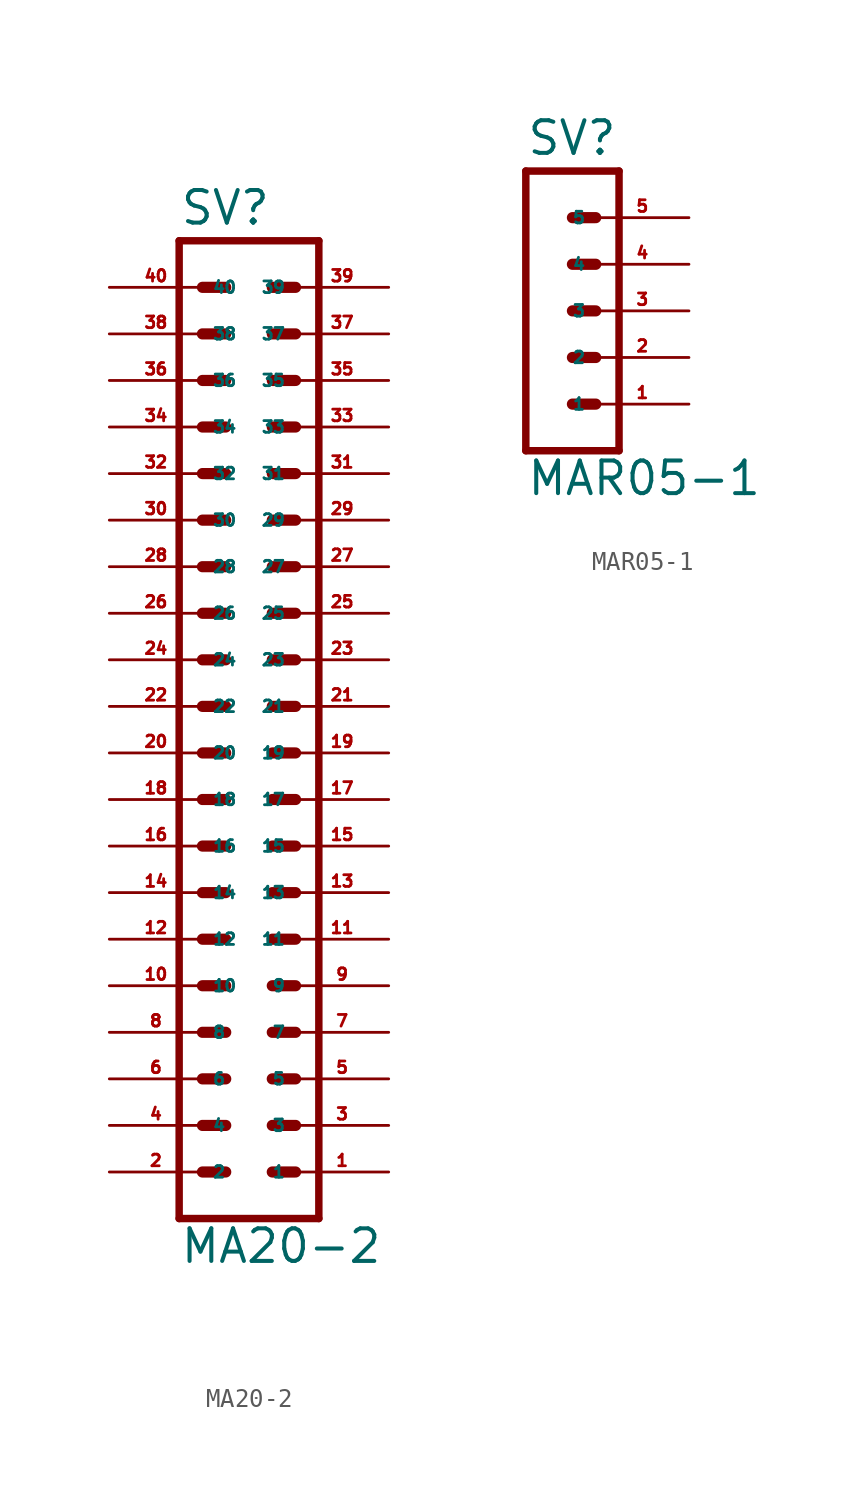
<source format=kicad_sym>
(kicad_symbol_lib
  (version 20220914)
  (generator Eagle2Kicad)
  (symbol "MA20-2"
    (property "Reference" "SV"
      (at -3.81 26.162 0)
      (effects (font (size 1.778 1.778) (thickness 0.22)) (justify left bottom)))
    (property "Value" "MA20-2"
      (at -3.81 -30.48 0)
      (effects (font (size 1.778 1.778) (thickness 0.22)) (justify left bottom)))
    (polyline
      (pts (xy 3.81 -27.94) (xy -3.81 -27.94))
      (stroke (width 0.406) (type default))
      (fill (type none)))
    (polyline
      (pts (xy 1.27 -20.32) (xy 2.54 -20.32))
      (stroke (width 0.61) (type default))
      (fill (type none)))
    (polyline
      (pts (xy 1.27 -22.86) (xy 2.54 -22.86))
      (stroke (width 0.61) (type default))
      (fill (type none)))
    (polyline
      (pts (xy 1.27 -25.4) (xy 2.54 -25.4))
      (stroke (width 0.61) (type default))
      (fill (type none)))
    (polyline
      (pts (xy -2.54 -20.32) (xy -1.27 -20.32))
      (stroke (width 0.61) (type default))
      (fill (type none)))
    (polyline
      (pts (xy -2.54 -22.86) (xy -1.27 -22.86))
      (stroke (width 0.61) (type default))
      (fill (type none)))
    (polyline
      (pts (xy -2.54 -25.4) (xy -1.27 -25.4))
      (stroke (width 0.61) (type default))
      (fill (type none)))
    (polyline
      (pts (xy 1.27 -15.24) (xy 2.54 -15.24))
      (stroke (width 0.61) (type default))
      (fill (type none)))
    (polyline
      (pts (xy 1.27 -17.78) (xy 2.54 -17.78))
      (stroke (width 0.61) (type default))
      (fill (type none)))
    (polyline
      (pts (xy -2.54 -15.24) (xy -1.27 -15.24))
      (stroke (width 0.61) (type default))
      (fill (type none)))
    (polyline
      (pts (xy -2.54 -17.78) (xy -1.27 -17.78))
      (stroke (width 0.61) (type default))
      (fill (type none)))
    (polyline
      (pts (xy 1.27 -7.62) (xy 2.54 -7.62))
      (stroke (width 0.61) (type default))
      (fill (type none)))
    (polyline
      (pts (xy 1.27 -10.16) (xy 2.54 -10.16))
      (stroke (width 0.61) (type default))
      (fill (type none)))
    (polyline
      (pts (xy 1.27 -12.7) (xy 2.54 -12.7))
      (stroke (width 0.61) (type default))
      (fill (type none)))
    (polyline
      (pts (xy -2.54 -7.62) (xy -1.27 -7.62))
      (stroke (width 0.61) (type default))
      (fill (type none)))
    (polyline
      (pts (xy -2.54 -10.16) (xy -1.27 -10.16))
      (stroke (width 0.61) (type default))
      (fill (type none)))
    (polyline
      (pts (xy -2.54 -12.7) (xy -1.27 -12.7))
      (stroke (width 0.61) (type default))
      (fill (type none)))
    (polyline
      (pts (xy 1.27 -2.54) (xy 2.54 -2.54))
      (stroke (width 0.61) (type default))
      (fill (type none)))
    (polyline
      (pts (xy 1.27 -5.08) (xy 2.54 -5.08))
      (stroke (width 0.61) (type default))
      (fill (type none)))
    (polyline
      (pts (xy -2.54 -2.54) (xy -1.27 -2.54))
      (stroke (width 0.61) (type default))
      (fill (type none)))
    (polyline
      (pts (xy -2.54 -5.08) (xy -1.27 -5.08))
      (stroke (width 0.61) (type default))
      (fill (type none)))
    (polyline
      (pts (xy 1.27 5.08) (xy 2.54 5.08))
      (stroke (width 0.61) (type default))
      (fill (type none)))
    (polyline
      (pts (xy 1.27 2.54) (xy 2.54 2.54))
      (stroke (width 0.61) (type default))
      (fill (type none)))
    (polyline
      (pts (xy 1.27 0) (xy 2.54 0))
      (stroke (width 0.61) (type default))
      (fill (type none)))
    (polyline
      (pts (xy -2.54 5.08) (xy -1.27 5.08))
      (stroke (width 0.61) (type default))
      (fill (type none)))
    (polyline
      (pts (xy -2.54 2.54) (xy -1.27 2.54))
      (stroke (width 0.61) (type default))
      (fill (type none)))
    (polyline
      (pts (xy -2.54 0) (xy -1.27 0))
      (stroke (width 0.61) (type default))
      (fill (type none)))
    (polyline
      (pts (xy 1.27 10.16) (xy 2.54 10.16))
      (stroke (width 0.61) (type default))
      (fill (type none)))
    (polyline
      (pts (xy 1.27 7.62) (xy 2.54 7.62))
      (stroke (width 0.61) (type default))
      (fill (type none)))
    (polyline
      (pts (xy -2.54 10.16) (xy -1.27 10.16))
      (stroke (width 0.61) (type default))
      (fill (type none)))
    (polyline
      (pts (xy -2.54 7.62) (xy -1.27 7.62))
      (stroke (width 0.61) (type default))
      (fill (type none)))
    (polyline
      (pts (xy 1.27 15.24) (xy 2.54 15.24))
      (stroke (width 0.61) (type default))
      (fill (type none)))
    (polyline
      (pts (xy 1.27 12.7) (xy 2.54 12.7))
      (stroke (width 0.61) (type default))
      (fill (type none)))
    (polyline
      (pts (xy -2.54 15.24) (xy -1.27 15.24))
      (stroke (width 0.61) (type default))
      (fill (type none)))
    (polyline
      (pts (xy -2.54 12.7) (xy -1.27 12.7))
      (stroke (width 0.61) (type default))
      (fill (type none)))
    (polyline
      (pts (xy -3.81 25.4) (xy -3.81 -27.94))
      (stroke (width 0.406) (type default))
      (fill (type none)))
    (polyline
      (pts (xy 3.81 -27.94) (xy 3.81 25.4))
      (stroke (width 0.406) (type default))
      (fill (type none)))
    (polyline
      (pts (xy -3.81 25.4) (xy 3.81 25.4))
      (stroke (width 0.406) (type default))
      (fill (type none)))
    (polyline
      (pts (xy -2.54 17.78) (xy -1.27 17.78))
      (stroke (width 0.61) (type default))
      (fill (type none)))
    (polyline
      (pts (xy -2.54 20.32) (xy -1.27 20.32))
      (stroke (width 0.61) (type default))
      (fill (type none)))
    (polyline
      (pts (xy -2.54 22.86) (xy -1.27 22.86))
      (stroke (width 0.61) (type default))
      (fill (type none)))
    (polyline
      (pts (xy 1.27 17.78) (xy 2.54 17.78))
      (stroke (width 0.61) (type default))
      (fill (type none)))
    (polyline
      (pts (xy 1.27 20.32) (xy 2.54 20.32))
      (stroke (width 0.61) (type default))
      (fill (type none)))
    (polyline
      (pts (xy 1.27 22.86) (xy 2.54 22.86))
      (stroke (width 0.61) (type default))
      (fill (type none)))
    (pin passive line
      (at 7.62 -25.4 180)
      (length 5.08)
      (name "1" (effects (font (size 0.635 0.635) (thickness 0.08)) (justify left bottom)))
      (number "1" (effects (font (size 0.635 0.635) (thickness 0.08)) (justify left bottom))))
    (pin passive line
      (at 7.62 -22.86 180)
      (length 5.08)
      (name "3" (effects (font (size 0.635 0.635) (thickness 0.08)) (justify left bottom)))
      (number "3" (effects (font (size 0.635 0.635) (thickness 0.08)) (justify left bottom))))
    (pin passive line
      (at 7.62 -20.32 180)
      (length 5.08)
      (name "5" (effects (font (size 0.635 0.635) (thickness 0.08)) (justify left bottom)))
      (number "5" (effects (font (size 0.635 0.635) (thickness 0.08)) (justify left bottom))))
    (pin passive line
      (at -7.62 -25.4 0)
      (length 5.08)
      (name "2" (effects (font (size 0.635 0.635) (thickness 0.08)) (justify left bottom)))
      (number "2" (effects (font (size 0.635 0.635) (thickness 0.08)) (justify left bottom))))
    (pin passive line
      (at -7.62 -22.86 0)
      (length 5.08)
      (name "4" (effects (font (size 0.635 0.635) (thickness 0.08)) (justify left bottom)))
      (number "4" (effects (font (size 0.635 0.635) (thickness 0.08)) (justify left bottom))))
    (pin passive line
      (at -7.62 -20.32 0)
      (length 5.08)
      (name "6" (effects (font (size 0.635 0.635) (thickness 0.08)) (justify left bottom)))
      (number "6" (effects (font (size 0.635 0.635) (thickness 0.08)) (justify left bottom))))
    (pin passive line
      (at 7.62 -17.78 180)
      (length 5.08)
      (name "7" (effects (font (size 0.635 0.635) (thickness 0.08)) (justify left bottom)))
      (number "7" (effects (font (size 0.635 0.635) (thickness 0.08)) (justify left bottom))))
    (pin passive line
      (at 7.62 -15.24 180)
      (length 5.08)
      (name "9" (effects (font (size 0.635 0.635) (thickness 0.08)) (justify left bottom)))
      (number "9" (effects (font (size 0.635 0.635) (thickness 0.08)) (justify left bottom))))
    (pin passive line
      (at -7.62 -17.78 0)
      (length 5.08)
      (name "8" (effects (font (size 0.635 0.635) (thickness 0.08)) (justify left bottom)))
      (number "8" (effects (font (size 0.635 0.635) (thickness 0.08)) (justify left bottom))))
    (pin passive line
      (at -7.62 -15.24 0)
      (length 5.08)
      (name "10" (effects (font (size 0.635 0.635) (thickness 0.08)) (justify left bottom)))
      (number "10" (effects (font (size 0.635 0.635) (thickness 0.08)) (justify left bottom))))
    (pin passive line
      (at 7.62 -12.7 180)
      (length 5.08)
      (name "11" (effects (font (size 0.635 0.635) (thickness 0.08)) (justify left bottom)))
      (number "11" (effects (font (size 0.635 0.635) (thickness 0.08)) (justify left bottom))))
    (pin passive line
      (at 7.62 -10.16 180)
      (length 5.08)
      (name "13" (effects (font (size 0.635 0.635) (thickness 0.08)) (justify left bottom)))
      (number "13" (effects (font (size 0.635 0.635) (thickness 0.08)) (justify left bottom))))
    (pin passive line
      (at 7.62 -7.62 180)
      (length 5.08)
      (name "15" (effects (font (size 0.635 0.635) (thickness 0.08)) (justify left bottom)))
      (number "15" (effects (font (size 0.635 0.635) (thickness 0.08)) (justify left bottom))))
    (pin passive line
      (at -7.62 -12.7 0)
      (length 5.08)
      (name "12" (effects (font (size 0.635 0.635) (thickness 0.08)) (justify left bottom)))
      (number "12" (effects (font (size 0.635 0.635) (thickness 0.08)) (justify left bottom))))
    (pin passive line
      (at -7.62 -10.16 0)
      (length 5.08)
      (name "14" (effects (font (size 0.635 0.635) (thickness 0.08)) (justify left bottom)))
      (number "14" (effects (font (size 0.635 0.635) (thickness 0.08)) (justify left bottom))))
    (pin passive line
      (at -7.62 -7.62 0)
      (length 5.08)
      (name "16" (effects (font (size 0.635 0.635) (thickness 0.08)) (justify left bottom)))
      (number "16" (effects (font (size 0.635 0.635) (thickness 0.08)) (justify left bottom))))
    (pin passive line
      (at 7.62 -5.08 180)
      (length 5.08)
      (name "17" (effects (font (size 0.635 0.635) (thickness 0.08)) (justify left bottom)))
      (number "17" (effects (font (size 0.635 0.635) (thickness 0.08)) (justify left bottom))))
    (pin passive line
      (at 7.62 -2.54 180)
      (length 5.08)
      (name "19" (effects (font (size 0.635 0.635) (thickness 0.08)) (justify left bottom)))
      (number "19" (effects (font (size 0.635 0.635) (thickness 0.08)) (justify left bottom))))
    (pin passive line
      (at -7.62 -5.08 0)
      (length 5.08)
      (name "18" (effects (font (size 0.635 0.635) (thickness 0.08)) (justify left bottom)))
      (number "18" (effects (font (size 0.635 0.635) (thickness 0.08)) (justify left bottom))))
    (pin passive line
      (at -7.62 -2.54 0)
      (length 5.08)
      (name "20" (effects (font (size 0.635 0.635) (thickness 0.08)) (justify left bottom)))
      (number "20" (effects (font (size 0.635 0.635) (thickness 0.08)) (justify left bottom))))
    (pin passive line
      (at 7.62 0 180)
      (length 5.08)
      (name "21" (effects (font (size 0.635 0.635) (thickness 0.08)) (justify left bottom)))
      (number "21" (effects (font (size 0.635 0.635) (thickness 0.08)) (justify left bottom))))
    (pin passive line
      (at 7.62 2.54 180)
      (length 5.08)
      (name "23" (effects (font (size 0.635 0.635) (thickness 0.08)) (justify left bottom)))
      (number "23" (effects (font (size 0.635 0.635) (thickness 0.08)) (justify left bottom))))
    (pin passive line
      (at 7.62 5.08 180)
      (length 5.08)
      (name "25" (effects (font (size 0.635 0.635) (thickness 0.08)) (justify left bottom)))
      (number "25" (effects (font (size 0.635 0.635) (thickness 0.08)) (justify left bottom))))
    (pin passive line
      (at -7.62 0 0)
      (length 5.08)
      (name "22" (effects (font (size 0.635 0.635) (thickness 0.08)) (justify left bottom)))
      (number "22" (effects (font (size 0.635 0.635) (thickness 0.08)) (justify left bottom))))
    (pin passive line
      (at -7.62 2.54 0)
      (length 5.08)
      (name "24" (effects (font (size 0.635 0.635) (thickness 0.08)) (justify left bottom)))
      (number "24" (effects (font (size 0.635 0.635) (thickness 0.08)) (justify left bottom))))
    (pin passive line
      (at -7.62 5.08 0)
      (length 5.08)
      (name "26" (effects (font (size 0.635 0.635) (thickness 0.08)) (justify left bottom)))
      (number "26" (effects (font (size 0.635 0.635) (thickness 0.08)) (justify left bottom))))
    (pin passive line
      (at 7.62 7.62 180)
      (length 5.08)
      (name "27" (effects (font (size 0.635 0.635) (thickness 0.08)) (justify left bottom)))
      (number "27" (effects (font (size 0.635 0.635) (thickness 0.08)) (justify left bottom))))
    (pin passive line
      (at 7.62 10.16 180)
      (length 5.08)
      (name "29" (effects (font (size 0.635 0.635) (thickness 0.08)) (justify left bottom)))
      (number "29" (effects (font (size 0.635 0.635) (thickness 0.08)) (justify left bottom))))
    (pin passive line
      (at -7.62 7.62 0)
      (length 5.08)
      (name "28" (effects (font (size 0.635 0.635) (thickness 0.08)) (justify left bottom)))
      (number "28" (effects (font (size 0.635 0.635) (thickness 0.08)) (justify left bottom))))
    (pin passive line
      (at -7.62 10.16 0)
      (length 5.08)
      (name "30" (effects (font (size 0.635 0.635) (thickness 0.08)) (justify left bottom)))
      (number "30" (effects (font (size 0.635 0.635) (thickness 0.08)) (justify left bottom))))
    (pin passive line
      (at 7.62 12.7 180)
      (length 5.08)
      (name "31" (effects (font (size 0.635 0.635) (thickness 0.08)) (justify left bottom)))
      (number "31" (effects (font (size 0.635 0.635) (thickness 0.08)) (justify left bottom))))
    (pin passive line
      (at 7.62 15.24 180)
      (length 5.08)
      (name "33" (effects (font (size 0.635 0.635) (thickness 0.08)) (justify left bottom)))
      (number "33" (effects (font (size 0.635 0.635) (thickness 0.08)) (justify left bottom))))
    (pin passive line
      (at -7.62 12.7 0)
      (length 5.08)
      (name "32" (effects (font (size 0.635 0.635) (thickness 0.08)) (justify left bottom)))
      (number "32" (effects (font (size 0.635 0.635) (thickness 0.08)) (justify left bottom))))
    (pin passive line
      (at -7.62 15.24 0)
      (length 5.08)
      (name "34" (effects (font (size 0.635 0.635) (thickness 0.08)) (justify left bottom)))
      (number "34" (effects (font (size 0.635 0.635) (thickness 0.08)) (justify left bottom))))
    (pin passive line
      (at -7.62 17.78 0)
      (length 5.08)
      (name "36" (effects (font (size 0.635 0.635) (thickness 0.08)) (justify left bottom)))
      (number "36" (effects (font (size 0.635 0.635) (thickness 0.08)) (justify left bottom))))
    (pin passive line
      (at -7.62 20.32 0)
      (length 5.08)
      (name "38" (effects (font (size 0.635 0.635) (thickness 0.08)) (justify left bottom)))
      (number "38" (effects (font (size 0.635 0.635) (thickness 0.08)) (justify left bottom))))
    (pin passive line
      (at -7.62 22.86 0)
      (length 5.08)
      (name "40" (effects (font (size 0.635 0.635) (thickness 0.08)) (justify left bottom)))
      (number "40" (effects (font (size 0.635 0.635) (thickness 0.08)) (justify left bottom))))
    (pin passive line
      (at 7.62 17.78 180)
      (length 5.08)
      (name "35" (effects (font (size 0.635 0.635) (thickness 0.08)) (justify left bottom)))
      (number "35" (effects (font (size 0.635 0.635) (thickness 0.08)) (justify left bottom))))
    (pin passive line
      (at 7.62 20.32 180)
      (length 5.08)
      (name "37" (effects (font (size 0.635 0.635) (thickness 0.08)) (justify left bottom)))
      (number "37" (effects (font (size 0.635 0.635) (thickness 0.08)) (justify left bottom))))
    (pin passive line
      (at 7.62 22.86 180)
      (length 5.08)
      (name "39" (effects (font (size 0.635 0.635) (thickness 0.08)) (justify left bottom)))
      (number "39" (effects (font (size 0.635 0.635) (thickness 0.08)) (justify left bottom)))))
  (symbol "MAR05-1"
    (property "Reference" "SV"
      (at -1.27 8.382 0)
      (effects (font (size 1.778 1.778) (thickness 0.22)) (justify left bottom)))
    (property "Value" "MAR05-1"
      (at -1.27 -10.16 0)
      (effects (font (size 1.778 1.778) (thickness 0.22)) (justify left bottom)))
    (polyline
      (pts (xy 3.81 -7.62) (xy -1.27 -7.62))
      (stroke (width 0.406) (type default))
      (fill (type none)))
    (polyline
      (pts (xy 1.27 0) (xy 2.54 0))
      (stroke (width 0.61) (type default))
      (fill (type none)))
    (polyline
      (pts (xy 1.27 -2.54) (xy 2.54 -2.54))
      (stroke (width 0.61) (type default))
      (fill (type none)))
    (polyline
      (pts (xy 1.27 -5.08) (xy 2.54 -5.08))
      (stroke (width 0.61) (type default))
      (fill (type none)))
    (polyline
      (pts (xy -1.27 7.62) (xy -1.27 -7.62))
      (stroke (width 0.406) (type default))
      (fill (type none)))
    (polyline
      (pts (xy 3.81 -7.62) (xy 3.81 7.62))
      (stroke (width 0.406) (type default))
      (fill (type none)))
    (polyline
      (pts (xy -1.27 7.62) (xy 3.81 7.62))
      (stroke (width 0.406) (type default))
      (fill (type none)))
    (polyline
      (pts (xy 1.27 5.08) (xy 2.54 5.08))
      (stroke (width 0.61) (type default))
      (fill (type none)))
    (polyline
      (pts (xy 1.27 2.54) (xy 2.54 2.54))
      (stroke (width 0.61) (type default))
      (fill (type none)))
    (pin passive line
      (at 7.62 -5.08 180)
      (length 5.08)
      (name "1" (effects (font (size 0.635 0.635) (thickness 0.08)) (justify left bottom)))
      (number "1" (effects (font (size 0.635 0.635) (thickness 0.08)) (justify left bottom))))
    (pin passive line
      (at 7.62 -2.54 180)
      (length 5.08)
      (name "2" (effects (font (size 0.635 0.635) (thickness 0.08)) (justify left bottom)))
      (number "2" (effects (font (size 0.635 0.635) (thickness 0.08)) (justify left bottom))))
    (pin passive line
      (at 7.62 0 180)
      (length 5.08)
      (name "3" (effects (font (size 0.635 0.635) (thickness 0.08)) (justify left bottom)))
      (number "3" (effects (font (size 0.635 0.635) (thickness 0.08)) (justify left bottom))))
    (pin passive line
      (at 7.62 2.54 180)
      (length 5.08)
      (name "4" (effects (font (size 0.635 0.635) (thickness 0.08)) (justify left bottom)))
      (number "4" (effects (font (size 0.635 0.635) (thickness 0.08)) (justify left bottom))))
    (pin passive line
      (at 7.62 5.08 180)
      (length 5.08)
      (name "5" (effects (font (size 0.635 0.635) (thickness 0.08)) (justify left bottom)))
      (number "5" (effects (font (size 0.635 0.635) (thickness 0.08)) (justify left bottom))))))
</source>
